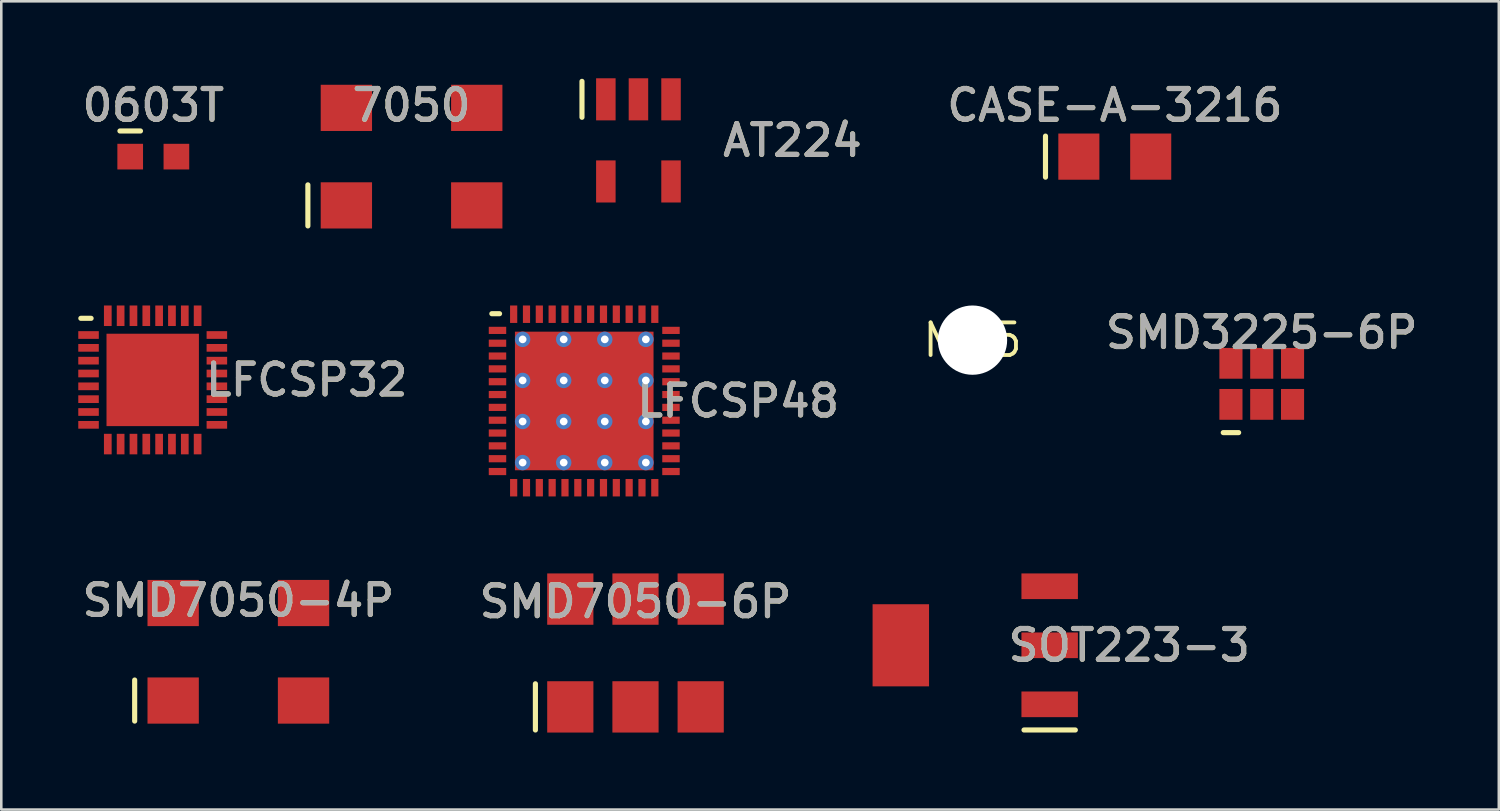
<source format=kicad_pcb>
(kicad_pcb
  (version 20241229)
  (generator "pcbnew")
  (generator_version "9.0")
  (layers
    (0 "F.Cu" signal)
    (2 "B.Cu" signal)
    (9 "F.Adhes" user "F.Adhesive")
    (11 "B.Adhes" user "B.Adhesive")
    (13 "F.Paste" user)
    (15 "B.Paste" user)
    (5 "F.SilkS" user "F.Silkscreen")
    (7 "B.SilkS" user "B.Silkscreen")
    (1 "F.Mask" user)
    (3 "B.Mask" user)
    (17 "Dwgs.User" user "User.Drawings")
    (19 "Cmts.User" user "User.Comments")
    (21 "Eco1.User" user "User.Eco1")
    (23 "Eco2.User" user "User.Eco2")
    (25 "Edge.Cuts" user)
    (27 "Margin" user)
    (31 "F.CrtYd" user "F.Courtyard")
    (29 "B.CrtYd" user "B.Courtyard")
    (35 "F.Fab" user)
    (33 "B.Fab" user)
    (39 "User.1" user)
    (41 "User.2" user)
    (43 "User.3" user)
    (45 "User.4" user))
  (footprint "SMD7050-4P"
    (layer "F.Cu")
    (at 6.237 22.346)
    (property "Reference" "SMD7050-4P" (at 0 -2 0) (layer "F.SilkS") (effects (font (size 1.2 1.2) (thickness 0.2))))
    (attr smd)
    (fp_line (start -4.04 1.1) (end -4.04 2.7) (stroke (width 0.2) (type solid)) (layer "F.SilkS"))
    (fp_text user "${REFERENCE}" (at 0 -2 0) (layer "F.Fab") (effects (font (size 1.2 1.2) (thickness 0.2))))
    (pad "1" smd rect (at -2.54 1.9) (size 2 1.8) (layers "F.Cu" "F.Mask" "F.Paste"))
    (pad "2" smd rect (at 2.54 1.9) (size 2 1.8) (layers "F.Cu" "F.Mask" "F.Paste"))
    (pad "3" smd rect (at 2.54 -1.9) (size 2 1.8) (layers "F.Cu" "F.Mask" "F.Paste"))
    (pad "4" smd rect (at -2.54 -1.9) (size 2 1.8) (layers "F.Cu" "F.Mask" "F.Paste")))
  (footprint "LFCSP32"
    (layer "F.Cu")
    (at 2.9 11.753)
    (property "Reference" "LFCSP32" (at 6 0 0) (layer "F.SilkS") (effects (font (size 1.2 1.2) (thickness 0.2))))
    (attr smd)
    (fp_line (start -2.8 -2.4) (end -2.4 -2.4) (stroke (width 0.2) (type solid)) (layer "F.SilkS"))
    (fp_text user "${REFERENCE}" (at 6 0 0) (layer "F.Fab") (effects (font (size 1.2 1.2) (thickness 0.2))))
    (pad "" smd rect (at -0.8 -0.8) (size 1.2 1.2) (layers "F.Paste"))
    (pad "" smd rect (at -0.8 0.8) (size 1.2 1.2) (layers "F.Paste"))
    (pad "" smd rect (at 0.8 -0.8) (size 1.2 1.2) (layers "F.Paste"))
    (pad "" smd rect (at 0.8 0.8) (size 1.2 1.2) (layers "F.Paste"))
    (pad "1" smd rect (at -2.5 -1.75) (size 0.8 0.3) (layers "F.Cu" "F.Mask" "F.Paste"))
    (pad "2" smd rect (at -2.5 -1.25) (size 0.8 0.3) (layers "F.Cu" "F.Mask" "F.Paste"))
    (pad "3" smd rect (at -2.5 -0.75) (size 0.8 0.3) (layers "F.Cu" "F.Mask" "F.Paste"))
    (pad "4" smd rect (at -2.5 -0.25) (size 0.8 0.3) (layers "F.Cu" "F.Mask" "F.Paste"))
    (pad "5" smd rect (at -2.5 0.25) (size 0.8 0.3) (layers "F.Cu" "F.Mask" "F.Paste"))
    (pad "6" smd rect (at -2.5 0.75) (size 0.8 0.3) (layers "F.Cu" "F.Mask" "F.Paste"))
    (pad "7" smd rect (at -2.5 1.25) (size 0.8 0.3) (layers "F.Cu" "F.Mask" "F.Paste"))
    (pad "8" smd rect (at -2.5 1.75) (size 0.8 0.3) (layers "F.Cu" "F.Mask" "F.Paste"))
    (pad "9" smd rect (at -1.75 2.5 90) (size 0.8 0.3) (layers "F.Cu" "F.Mask" "F.Paste"))
    (pad "10" smd rect (at -1.25 2.5 90) (size 0.8 0.3) (layers "F.Cu" "F.Mask" "F.Paste"))
    (pad "11" smd rect (at -0.75 2.5 90) (size 0.8 0.3) (layers "F.Cu" "F.Mask" "F.Paste"))
    (pad "12" smd rect (at -0.25 2.5 90) (size 0.8 0.3) (layers "F.Cu" "F.Mask" "F.Paste"))
    (pad "13" smd rect (at 0.25 2.5 90) (size 0.8 0.3) (layers "F.Cu" "F.Mask" "F.Paste"))
    (pad "14" smd rect (at 0.75 2.5 90) (size 0.8 0.3) (layers "F.Cu" "F.Mask" "F.Paste"))
    (pad "15" smd rect (at 1.25 2.5 90) (size 0.8 0.3) (layers "F.Cu" "F.Mask" "F.Paste"))
    (pad "16" smd rect (at 1.75 2.5 90) (size 0.8 0.3) (layers "F.Cu" "F.Mask" "F.Paste"))
    (pad "17" smd rect (at 2.5 1.75) (size 0.8 0.3) (layers "F.Cu" "F.Mask" "F.Paste"))
    (pad "18" smd rect (at 2.5 1.25) (size 0.8 0.3) (layers "F.Cu" "F.Mask" "F.Paste"))
    (pad "19" smd rect (at 2.5 0.75) (size 0.8 0.3) (layers "F.Cu" "F.Mask" "F.Paste"))
    (pad "20" smd rect (at 2.5 0.25) (size 0.8 0.3) (layers "F.Cu" "F.Mask" "F.Paste"))
    (pad "21" smd rect (at 2.5 -0.25) (size 0.8 0.3) (layers "F.Cu" "F.Mask" "F.Paste"))
    (pad "22" smd rect (at 2.5 -0.75) (size 0.8 0.3) (layers "F.Cu" "F.Mask" "F.Paste"))
    (pad "23" smd rect (at 2.5 -1.25) (size 0.8 0.3) (layers "F.Cu" "F.Mask" "F.Paste"))
    (pad "24" smd rect (at 2.5 -1.75) (size 0.8 0.3) (layers "F.Cu" "F.Mask" "F.Paste"))
    (pad "25" smd rect (at 1.75 -2.5 90) (size 0.8 0.3) (layers "F.Cu" "F.Mask" "F.Paste"))
    (pad "26" smd rect (at 1.25 -2.5 90) (size 0.8 0.3) (layers "F.Cu" "F.Mask" "F.Paste"))
    (pad "27" smd rect (at 0.75 -2.5 90) (size 0.8 0.3) (layers "F.Cu" "F.Mask" "F.Paste"))
    (pad "28" smd rect (at 0.25 -2.5 90) (size 0.8 0.3) (layers "F.Cu" "F.Mask" "F.Paste"))
    (pad "29" smd rect (at -0.25 -2.5 90) (size 0.8 0.3) (layers "F.Cu" "F.Mask" "F.Paste"))
    (pad "30" smd rect (at -0.75 -2.5 90) (size 0.8 0.3) (layers "F.Cu" "F.Mask" "F.Paste"))
    (pad "31" smd rect (at -1.25 -2.5 90) (size 0.8 0.3) (layers "F.Cu" "F.Mask" "F.Paste"))
    (pad "32" smd rect (at -1.75 -2.5 90) (size 0.8 0.3) (layers "F.Cu" "F.Mask" "F.Paste"))
    (pad "33" smd rect (at 0 0) (size 3.6 3.6) (layers "F.Cu" "F.Mask")))
  (footprint "SMD3225-6P"
    (layer "F.Cu")
    (at 46.112 11.906)
    (property "Reference" "SMD3225-6P" (at 0 -2 0) (layer "F.SilkS") (effects (font (size 1.2 1.2) (thickness 0.2))))
    (attr smd)
    (fp_line (start -1.5 1.9) (end -0.9 1.9) (stroke (width 0.2) (type solid)) (layer "F.SilkS"))
    (fp_text user "${REFERENCE}" (at 0 -2 0) (layer "F.Fab") (effects (font (size 1.2 1.2) (thickness 0.2))))
    (pad "1" smd rect (at -1.2 0.8) (size 0.9 1.2) (layers "F.Cu" "F.Mask" "F.Paste"))
    (pad "2" smd rect (at 0 0.8) (size 0.9 1.2) (layers "F.Cu" "F.Mask" "F.Paste"))
    (pad "3" smd rect (at 1.2 0.8) (size 0.9 1.2) (layers "F.Cu" "F.Mask" "F.Paste"))
    (pad "4" smd rect (at 1.2 -0.8) (size 0.9 1.2) (layers "F.Cu" "F.Mask" "F.Paste"))
    (pad "5" smd rect (at 0 -0.8) (size 0.9 1.2) (layers "F.Cu" "F.Mask" "F.Paste"))
    (pad "6" smd rect (at -1.2 -0.8) (size 0.9 1.2) (layers "F.Cu" "F.Mask" "F.Paste")))
  (footprint "M25"
    (layer "F.Cu")
    (at 34.842 10.203)
    (property "Reference" "M25" (at 0 0 0) (layer "F.SilkS") (effects (font (size 1.27 1.27) (thickness 0.15))))
    (attr through_hole)
    (pad "" np_thru_hole circle (at 0 0) (size 2.7 2.7) (drill 2.7) (layers "*.Cu" "*.Mask")))
  (footprint "CASE-A-3216"
    (layer "F.Cu")
    (at 40.386 3.053)
    (property "Reference" "CASE-A-3216" (at 0 -2 0) (layer "F.SilkS") (effects (font (size 1.2 1.2) (thickness 0.2))))
    (attr smd)
    (fp_line (start -2.7 -0.8) (end -2.7 0.8) (stroke (width 0.2) (type solid)) (layer "F.SilkS"))
    (fp_text user "${REFERENCE}" (at 0 -2 0) (layer "F.Fab") (effects (font (size 1.2 1.2) (thickness 0.2))))
    (pad "1" smd rect (at -1.4 0) (size 1.6 1.8) (layers "F.Cu" "F.Mask" "F.Paste"))
    (pad "2" smd rect (at 1.4 0) (size 1.6 1.8) (layers "F.Cu" "F.Mask" "F.Paste")))
  (footprint "0603T"
    (layer "F.Cu")
    (at 2.923 3.053)
    (property "Reference" "0603T" (at 0 -2 0) (layer "F.SilkS") (effects (font (size 1.2 1.2) (thickness 0.2))))
    (attr smd)
    (fp_line (start -1.3 -1) (end -0.5 -1) (stroke (width 0.2) (type solid)) (layer "F.SilkS"))
    (fp_text user "${REFERENCE}" (at 0 -2 0) (layer "F.Fab") (effects (font (size 1.2 1.2) (thickness 0.2))))
    (pad "1" smd rect (at -0.9 0) (size 1 1) (layers "F.Cu" "F.Mask" "F.Paste"))
    (pad "2" smd rect (at 0.9 0) (size 1 1) (layers "F.Cu" "F.Mask" "F.Paste")))
  (footprint "7050"
    (layer "F.Cu")
    (at 12.986 3.053)
    (property "Reference" "7050" (at 0 -2 0) (layer "F.SilkS") (effects (font (size 1.2 1.2) (thickness 0.2))))
    (attr smd)
    (fp_line (start -4.04 1.1) (end -4.04 2.7) (stroke (width 0.2) (type solid)) (layer "F.SilkS"))
    (fp_text user "${REFERENCE}" (at 0 -2 0) (layer "F.Fab") (effects (font (size 1.2 1.2) (thickness 0.2))))
    (pad "1" smd rect (at -2.54 1.9) (size 2 1.8) (layers "F.Cu" "F.Mask" "F.Paste"))
    (pad "2" smd rect (at 2.54 1.9) (size 2 1.8) (layers "F.Cu" "F.Mask" "F.Paste"))
    (pad "3" smd rect (at 2.54 -1.9) (size 2 1.8) (layers "F.Cu" "F.Mask" "F.Paste"))
    (pad "4" smd rect (at -2.54 -1.9) (size 2 1.8) (layers "F.Cu" "F.Mask" "F.Paste")))
  (footprint "AT224"
    (layer "F.Cu")
    (at 21.826 2.42)
    (property "Reference" "AT224" (at 6 0 0) (layer "F.SilkS") (effects (font (size 1.2 1.2) (thickness 0.2))))
    (attr smd)
    (fp_line (start -2.2 -2.3) (end -2.2 -0.9) (stroke (width 0.2) (type solid)) (layer "F.SilkS"))
    (fp_text user "${REFERENCE}" (at 6 0 0) (layer "F.Fab") (effects (font (size 1.2 1.2) (thickness 0.2))))
    (pad "1" smd rect (at -1.27 -1.6) (size 0.76 1.64) (layers "F.Cu" "F.Mask" "F.Paste"))
    (pad "2" smd rect (at 0 -1.6) (size 0.76 1.64) (layers "F.Cu" "F.Mask" "F.Paste"))
    (pad "3" smd rect (at 1.27 -1.6) (size 0.76 1.64) (layers "F.Cu" "F.Mask" "F.Paste"))
    (pad "4" smd rect (at 1.27 1.6) (size 0.76 1.64) (layers "F.Cu" "F.Mask" "F.Paste"))
    (pad "6" smd rect (at -1.27 1.6) (size 0.76 1.64) (layers "F.Cu" "F.Mask" "F.Paste")))
  (footprint "LFCSP48"
    (layer "F.Cu")
    (at 19.714 12.573)
    (property "Reference" "LFCSP48" (at 6 0 0) (layer "F.SilkS") (effects (font (size 1.2 1.2) (thickness 0.2))))
    (attr smd)
    (fp_line (start -3.6 -3.4) (end -3.3 -3.4) (stroke (width 0.2) (type solid)) (layer "F.SilkS"))
    (fp_text user "${REFERENCE}" (at 6 0 0) (layer "F.Fab") (effects (font (size 1.2 1.2) (thickness 0.2))))
    (pad "" smd roundrect (at -1.6 -1.6) (size 1.3 1.3) (layers "F.Paste") (roundrect_rratio 0.25))
    (pad "" smd roundrect (at -1.6 0) (size 1.3 1.3) (layers "F.Paste") (roundrect_rratio 0.25))
    (pad "" smd roundrect (at -1.6 1.6) (size 1.3 1.3) (layers "F.Paste") (roundrect_rratio 0.25))
    (pad "" smd roundrect (at 0 -1.6) (size 1.3 1.3) (layers "F.Paste") (roundrect_rratio 0.25))
    (pad "" smd roundrect (at 0 0) (size 1.3 1.3) (layers "F.Paste") (roundrect_rratio 0.25))
    (pad "" smd roundrect (at 0 1.6) (size 1.3 1.3) (layers "F.Paste") (roundrect_rratio 0.25))
    (pad "" smd roundrect (at 1.6 -1.6) (size 1.3 1.3) (layers "F.Paste") (roundrect_rratio 0.25))
    (pad "" smd roundrect (at 1.6 0) (size 1.3 1.3) (layers "F.Paste") (roundrect_rratio 0.25))
    (pad "" smd roundrect (at 1.6 1.6) (size 1.3 1.3) (layers "F.Paste") (roundrect_rratio 0.25))
    (pad "0" thru_hole circle (at -2.4 -2.4) (size 0.6 0.6) (drill 0.3) (property pad_prop_heatsink) (layers "*.Cu"))
    (pad "0" thru_hole circle (at -2.4 -0.8) (size 0.6 0.6) (drill 0.3) (property pad_prop_heatsink) (layers "*.Cu"))
    (pad "0" thru_hole circle (at -2.4 0.8) (size 0.6 0.6) (drill 0.3) (property pad_prop_heatsink) (layers "*.Cu"))
    (pad "0" thru_hole circle (at -2.4 2.4) (size 0.6 0.6) (drill 0.3) (property pad_prop_heatsink) (layers "*.Cu"))
    (pad "0" thru_hole circle (at -0.8 -2.4) (size 0.6 0.6) (drill 0.3) (property pad_prop_heatsink) (layers "*.Cu"))
    (pad "0" thru_hole circle (at -0.8 -0.8) (size 0.6 0.6) (drill 0.3) (property pad_prop_heatsink) (layers "*.Cu"))
    (pad "0" thru_hole circle (at -0.8 0.8) (size 0.6 0.6) (drill 0.3) (property pad_prop_heatsink) (layers "*.Cu"))
    (pad "0" thru_hole circle (at -0.8 2.4) (size 0.6 0.6) (drill 0.3) (property pad_prop_heatsink) (layers "*.Cu"))
    (pad "0" smd rect (at 0 0) (size 5.4 5.4) (property pad_prop_heatsink) (layers "F.Cu" "F.Mask"))
    (pad "0" thru_hole circle (at 0.8 -2.4) (size 0.6 0.6) (drill 0.3) (property pad_prop_heatsink) (layers "*.Cu"))
    (pad "0" thru_hole circle (at 0.8 -0.8) (size 0.6 0.6) (drill 0.3) (property pad_prop_heatsink) (layers "*.Cu"))
    (pad "0" thru_hole circle (at 0.8 0.8) (size 0.6 0.6) (drill 0.3) (property pad_prop_heatsink) (layers "*.Cu"))
    (pad "0" thru_hole circle (at 0.8 2.4) (size 0.6 0.6) (drill 0.3) (property pad_prop_heatsink) (layers "*.Cu"))
    (pad "0" thru_hole circle (at 2.4 -2.4) (size 0.6 0.6) (drill 0.3) (property pad_prop_heatsink) (layers "*.Cu"))
    (pad "0" thru_hole circle (at 2.4 -0.8) (size 0.6 0.6) (drill 0.3) (property pad_prop_heatsink) (layers "*.Cu"))
    (pad "0" thru_hole circle (at 2.4 0.8) (size 0.6 0.6) (drill 0.3) (property pad_prop_heatsink) (layers "*.Cu"))
    (pad "0" thru_hole circle (at 2.4 2.4) (size 0.6 0.6) (drill 0.3) (property pad_prop_heatsink) (layers "*.Cu"))
    (pad "1" smd rect (at -3.38 -2.75) (size 0.68 0.28) (layers "F.Cu" "F.Mask" "F.Paste"))
    (pad "2" smd rect (at -3.38 -2.25) (size 0.68 0.28) (layers "F.Cu" "F.Mask" "F.Paste"))
    (pad "3" smd rect (at -3.38 -1.75) (size 0.68 0.28) (layers "F.Cu" "F.Mask" "F.Paste"))
    (pad "4" smd rect (at -3.38 -1.25) (size 0.68 0.28) (layers "F.Cu" "F.Mask" "F.Paste"))
    (pad "5" smd rect (at -3.38 -0.75) (size 0.68 0.28) (layers "F.Cu" "F.Mask" "F.Paste"))
    (pad "6" smd rect (at -3.38 -0.25) (size 0.68 0.28) (layers "F.Cu" "F.Mask" "F.Paste"))
    (pad "7" smd rect (at -3.38 0.25) (size 0.68 0.28) (layers "F.Cu" "F.Mask" "F.Paste"))
    (pad "8" smd rect (at -3.38 0.75) (size 0.68 0.28) (layers "F.Cu" "F.Mask" "F.Paste"))
    (pad "9" smd rect (at -3.38 1.25) (size 0.68 0.28) (layers "F.Cu" "F.Mask" "F.Paste"))
    (pad "10" smd rect (at -3.38 1.75) (size 0.68 0.28) (layers "F.Cu" "F.Mask" "F.Paste"))
    (pad "11" smd rect (at -3.38 2.25) (size 0.68 0.28) (layers "F.Cu" "F.Mask" "F.Paste"))
    (pad "12" smd rect (at -3.38 2.75) (size 0.68 0.28) (layers "F.Cu" "F.Mask" "F.Paste"))
    (pad "13" smd rect (at -2.75 3.38 90) (size 0.68 0.28) (layers "F.Cu" "F.Mask" "F.Paste"))
    (pad "14" smd rect (at -2.25 3.38 90) (size 0.68 0.28) (layers "F.Cu" "F.Mask" "F.Paste"))
    (pad "15" smd rect (at -1.75 3.38 90) (size 0.68 0.28) (layers "F.Cu" "F.Mask" "F.Paste"))
    (pad "16" smd rect (at -1.25 3.38 90) (size 0.68 0.28) (layers "F.Cu" "F.Mask" "F.Paste"))
    (pad "17" smd rect (at -0.75 3.38 90) (size 0.68 0.28) (layers "F.Cu" "F.Mask" "F.Paste"))
    (pad "18" smd rect (at -0.25 3.38 90) (size 0.68 0.28) (layers "F.Cu" "F.Mask" "F.Paste"))
    (pad "19" smd rect (at 0.25 3.38 90) (size 0.68 0.28) (layers "F.Cu" "F.Mask" "F.Paste"))
    (pad "20" smd rect (at 0.75 3.38 90) (size 0.68 0.28) (layers "F.Cu" "F.Mask" "F.Paste"))
    (pad "21" smd rect (at 1.25 3.38 90) (size 0.68 0.28) (layers "F.Cu" "F.Mask" "F.Paste"))
    (pad "22" smd rect (at 1.75 3.38 90) (size 0.68 0.28) (layers "F.Cu" "F.Mask" "F.Paste"))
    (pad "23" smd rect (at 2.25 3.38 90) (size 0.68 0.28) (layers "F.Cu" "F.Mask" "F.Paste"))
    (pad "24" smd rect (at 2.75 3.38 90) (size 0.68 0.28) (layers "F.Cu" "F.Mask" "F.Paste"))
    (pad "25" smd rect (at 3.38 2.75) (size 0.68 0.28) (layers "F.Cu" "F.Mask" "F.Paste"))
    (pad "26" smd rect (at 3.38 2.25) (size 0.68 0.28) (layers "F.Cu" "F.Mask" "F.Paste"))
    (pad "27" smd rect (at 3.38 1.75) (size 0.68 0.28) (layers "F.Cu" "F.Mask" "F.Paste"))
    (pad "28" smd rect (at 3.38 1.25) (size 0.68 0.28) (layers "F.Cu" "F.Mask" "F.Paste"))
    (pad "29" smd rect (at 3.38 0.75) (size 0.68 0.28) (layers "F.Cu" "F.Mask" "F.Paste"))
    (pad "30" smd rect (at 3.38 0.25) (size 0.68 0.28) (layers "F.Cu" "F.Mask" "F.Paste"))
    (pad "31" smd rect (at 3.38 -0.25) (size 0.68 0.28) (layers "F.Cu" "F.Mask" "F.Paste"))
    (pad "32" smd rect (at 3.38 -0.75) (size 0.68 0.28) (layers "F.Cu" "F.Mask" "F.Paste"))
    (pad "33" smd rect (at 3.38 -1.25) (size 0.68 0.28) (layers "F.Cu" "F.Mask" "F.Paste"))
    (pad "34" smd rect (at 3.38 -1.75) (size 0.68 0.28) (layers "F.Cu" "F.Mask" "F.Paste"))
    (pad "35" smd rect (at 3.38 -2.25) (size 0.68 0.28) (layers "F.Cu" "F.Mask" "F.Paste"))
    (pad "36" smd rect (at 3.38 -2.75) (size 0.68 0.28) (layers "F.Cu" "F.Mask" "F.Paste"))
    (pad "37" smd rect (at 2.75 -3.38 90) (size 0.68 0.28) (layers "F.Cu" "F.Mask" "F.Paste"))
    (pad "38" smd rect (at 2.25 -3.38 90) (size 0.68 0.28) (layers "F.Cu" "F.Mask" "F.Paste"))
    (pad "39" smd rect (at 1.75 -3.38 90) (size 0.68 0.28) (layers "F.Cu" "F.Mask" "F.Paste"))
    (pad "40" smd rect (at 1.25 -3.38 90) (size 0.68 0.28) (layers "F.Cu" "F.Mask" "F.Paste"))
    (pad "41" smd rect (at 0.75 -3.38 90) (size 0.68 0.28) (layers "F.Cu" "F.Mask" "F.Paste"))
    (pad "42" smd rect (at 0.25 -3.38 90) (size 0.68 0.28) (layers "F.Cu" "F.Mask" "F.Paste"))
    (pad "43" smd rect (at -0.25 -3.38 90) (size 0.68 0.28) (layers "F.Cu" "F.Mask" "F.Paste"))
    (pad "44" smd rect (at -0.75 -3.38 90) (size 0.68 0.28) (layers "F.Cu" "F.Mask" "F.Paste"))
    (pad "45" smd rect (at -1.25 -3.38 90) (size 0.68 0.28) (layers "F.Cu" "F.Mask" "F.Paste"))
    (pad "46" smd rect (at -1.75 -3.38 90) (size 0.68 0.28) (layers "F.Cu" "F.Mask" "F.Paste"))
    (pad "47" smd rect (at -2.25 -3.38 90) (size 0.68 0.28) (layers "F.Cu" "F.Mask" "F.Paste"))
    (pad "48" smd rect (at -2.75 -3.38 90) (size 0.68 0.28) (layers "F.Cu" "F.Mask" "F.Paste")))
  (footprint "SMD7050-6P"
    (layer "F.Cu")
    (at 21.711 22.393)
    (property "Reference" "SMD7050-6P" (at 0 -2 0) (layer "F.SilkS") (effects (font (size 1.2 1.2) (thickness 0.2))))
    (attr smd)
    (fp_line (start -3.9 1.2) (end -3.9 3) (stroke (width 0.2) (type solid)) (layer "F.SilkS"))
    (fp_text user "${REFERENCE}" (at 0 -2 0) (layer "F.Fab") (effects (font (size 1.2 1.2) (thickness 0.2))))
    (pad "1" smd rect (at -2.54 2.1) (size 1.8 2) (layers "F.Cu" "F.Mask" "F.Paste"))
    (pad "2" smd rect (at 0 2.1) (size 1.8 2) (layers "F.Cu" "F.Mask" "F.Paste"))
    (pad "3" smd rect (at 2.54 2.1) (size 1.8 2) (layers "F.Cu" "F.Mask" "F.Paste"))
    (pad "4" smd rect (at 2.54 -2.1) (size 1.8 2) (layers "F.Cu" "F.Mask" "F.Paste"))
    (pad "5" smd rect (at 0 -2.1) (size 1.8 2) (layers "F.Cu" "F.Mask" "F.Paste"))
    (pad "6" smd rect (at -2.54 -2.1) (size 1.8 2) (layers "F.Cu" "F.Mask" "F.Paste")))
  (footprint "SOT223-3"
    (layer "F.Cu")
    (at 34.949 22.093)
    (property "Reference" "SOT223-3" (at 6 0 0) (layer "F.SilkS") (effects (font (size 1.2 1.2) (thickness 0.2))))
    (attr smd)
    (fp_line (start 1.9 3.3) (end 3.9 3.3) (stroke (width 0.2) (type solid)) (layer "F.SilkS"))
    (fp_text user "${REFERENCE}" (at 6 0 0) (layer "F.Fab") (effects (font (size 1.2 1.2) (thickness 0.2))))
    (pad "1" smd rect (at 2.9 2.3) (size 2.2 1) (layers "F.Cu" "F.Mask" "F.Paste"))
    (pad "2" smd rect (at -2.9 0) (size 2.2 3.2) (layers "F.Cu" "F.Mask" "F.Paste"))
    (pad "2" smd rect (at 2.9 0) (size 2.2 1) (layers "F.Cu" "F.Mask" "F.Paste"))
    (pad "3" smd rect (at 2.9 -2.3) (size 2.2 1) (layers "F.Cu" "F.Mask" "F.Paste")))
  (gr_rect
    (start -3 -3)
    (end 55.349 28.493)
    (stroke (width 0.1) (type default))
    (fill no)
    (layer "Edge.Cuts")))
</source>
